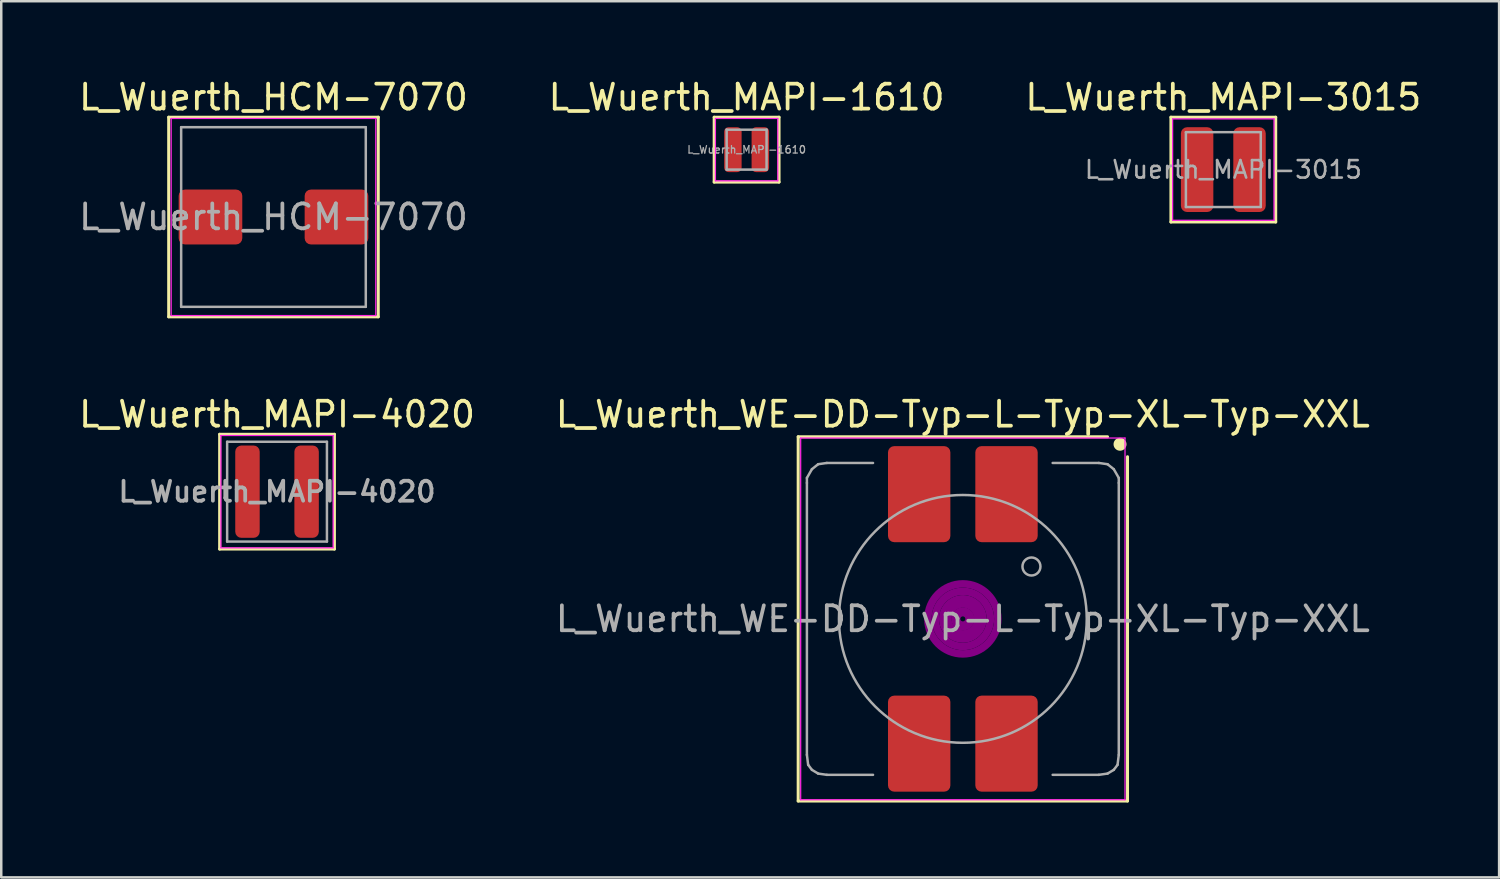
<source format=kicad_pcb>
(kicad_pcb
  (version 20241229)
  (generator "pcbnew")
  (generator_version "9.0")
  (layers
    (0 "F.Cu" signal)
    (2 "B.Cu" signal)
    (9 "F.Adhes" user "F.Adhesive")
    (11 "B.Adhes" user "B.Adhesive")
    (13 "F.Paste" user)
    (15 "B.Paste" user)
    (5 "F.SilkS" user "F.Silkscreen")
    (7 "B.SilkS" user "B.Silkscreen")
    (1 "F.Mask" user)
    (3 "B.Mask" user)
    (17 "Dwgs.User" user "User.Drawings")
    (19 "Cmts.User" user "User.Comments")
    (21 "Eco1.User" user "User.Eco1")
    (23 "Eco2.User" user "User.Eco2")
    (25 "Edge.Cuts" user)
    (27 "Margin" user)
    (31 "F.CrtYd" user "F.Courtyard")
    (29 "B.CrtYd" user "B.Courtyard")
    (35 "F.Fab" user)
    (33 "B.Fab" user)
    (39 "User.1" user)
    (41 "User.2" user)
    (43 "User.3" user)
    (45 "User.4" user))
  (footprint "L_Wuerth_MAPI-4020"
    (layer "F.Cu")
    (at 8.054 16.657)
    (property "Reference" "L_Wuerth_MAPI-4020" (at 0 -3.1 0) (layer "F.SilkS") (effects (font (size 1 1) (thickness 0.15))))
    (attr smd)
    (fp_line (start -2.3 -2.3) (end -2.3 2.3) (stroke (width 0.12) (type solid)) (layer "F.SilkS"))
    (fp_line (start -2.3 2.3) (end 2.3 2.3) (stroke (width 0.12) (type solid)) (layer "F.SilkS"))
    (fp_line (start 2.3 -2.3) (end -2.3 -2.3) (stroke (width 0.12) (type solid)) (layer "F.SilkS"))
    (fp_line (start 2.3 2.3) (end 2.3 -2.3) (stroke (width 0.12) (type solid)) (layer "F.SilkS"))
    (fp_line (start -2.25 -2.25) (end -2.25 2.25) (stroke (width 0.05) (type solid)) (layer "F.CrtYd"))
    (fp_line (start -2.25 2.25) (end 2.25 2.25) (stroke (width 0.05) (type solid)) (layer "F.CrtYd"))
    (fp_line (start 2.25 -2.25) (end -2.25 -2.25) (stroke (width 0.05) (type solid)) (layer "F.CrtYd"))
    (fp_line (start 2.25 2.25) (end 2.25 -2.25) (stroke (width 0.05) (type solid)) (layer "F.CrtYd"))
    (fp_line (start -2 -2) (end -2 2) (stroke (width 0.1) (type solid)) (layer "F.Fab"))
    (fp_line (start -2 2) (end 2 2) (stroke (width 0.1) (type solid)) (layer "F.Fab"))
    (fp_line (start 2 -2) (end -2 -2) (stroke (width 0.1) (type solid)) (layer "F.Fab"))
    (fp_line (start 2 2) (end 2 -2) (stroke (width 0.1) (type solid)) (layer "F.Fab"))
    (fp_text user "${REFERENCE}" (at 0 0 0) (layer "F.Fab") (effects (font (size 0.8 0.8) (thickness 0.15))))
    (pad "1" smd roundrect (at -1.185 0) (size 0.98 3.7) (layers "F.Cu" "F.Mask" "F.Paste") (roundrect_rratio 0.25))
    (pad "2" smd roundrect (at 1.185 0) (size 0.98 3.7) (layers "F.Cu" "F.Mask" "F.Paste") (roundrect_rratio 0.25)))
  (footprint "L_Wuerth_MAPI-1610"
    (layer "F.Cu")
    (at 26.875 2.948)
    (property "Reference" "L_Wuerth_MAPI-1610" (at 0 -2.1 0) (layer "F.SilkS") (effects (font (size 1 1) (thickness 0.15))))
    (attr smd)
    (fp_line (start -1.3 -1.3) (end -1.3 1.3) (stroke (width 0.12) (type solid)) (layer "F.SilkS"))
    (fp_line (start -1.3 1.3) (end 1.3 1.3) (stroke (width 0.12) (type solid)) (layer "F.SilkS"))
    (fp_line (start 1.3 -1.3) (end -1.3 -1.3) (stroke (width 0.12) (type solid)) (layer "F.SilkS"))
    (fp_line (start 1.3 1.3) (end 1.3 -1.3) (stroke (width 0.12) (type solid)) (layer "F.SilkS"))
    (fp_line (start -1.25 -1.25) (end -1.25 1.25) (stroke (width 0.05) (type solid)) (layer "F.CrtYd"))
    (fp_line (start -1.25 1.25) (end 1.25 1.25) (stroke (width 0.05) (type solid)) (layer "F.CrtYd"))
    (fp_line (start 1.25 -1.25) (end -1.25 -1.25) (stroke (width 0.05) (type solid)) (layer "F.CrtYd"))
    (fp_line (start 1.25 1.25) (end 1.25 -1.25) (stroke (width 0.05) (type solid)) (layer "F.CrtYd"))
    (fp_line (start -0.8 -0.8) (end -0.8 0.8) (stroke (width 0.1) (type solid)) (layer "F.Fab"))
    (fp_line (start -0.8 0.8) (end 0.8 0.8) (stroke (width 0.1) (type solid)) (layer "F.Fab"))
    (fp_line (start 0.8 -0.8) (end -0.8 -0.8) (stroke (width 0.1) (type solid)) (layer "F.Fab"))
    (fp_line (start 0.8 0.8) (end 0.8 -0.8) (stroke (width 0.1) (type solid)) (layer "F.Fab"))
    (fp_text user "${REFERENCE}" (at 0 0 0) (layer "F.Fab") (effects (font (size 0.3 0.3) (thickness 0.05))))
    (pad "1" smd roundrect (at -0.55 0) (size 0.7 1.8) (layers "F.Cu" "F.Mask" "F.Paste") (roundrect_rratio 0.25))
    (pad "2" smd roundrect (at 0.55 0) (size 0.7 1.8) (layers "F.Cu" "F.Mask" "F.Paste") (roundrect_rratio 0.25)))
  (footprint "L_Wuerth_HCM-7070"
    (layer "F.Cu")
    (at 7.911 5.648)
    (property "Reference" "L_Wuerth_HCM-7070" (at 0 -4.8 0) (layer "F.SilkS") (effects (font (size 1 1) (thickness 0.15))))
    (attr smd)
    (fp_line (start -4.2 -4) (end -4.2 4) (stroke (width 0.12) (type solid)) (layer "F.SilkS"))
    (fp_line (start -4.2 4) (end 4.2 4) (stroke (width 0.12) (type solid)) (layer "F.SilkS"))
    (fp_line (start 4.2 -4) (end -4.2 -4) (stroke (width 0.12) (type solid)) (layer "F.SilkS"))
    (fp_line (start 4.2 4) (end 4.2 -4) (stroke (width 0.12) (type solid)) (layer "F.SilkS"))
    (fp_line (start -4.1 -3.95) (end -4.1 3.95) (stroke (width 0.05) (type solid)) (layer "F.CrtYd"))
    (fp_line (start -4.1 3.95) (end 4.1 3.95) (stroke (width 0.05) (type solid)) (layer "F.CrtYd"))
    (fp_line (start 4.1 -3.95) (end -4.1 -3.95) (stroke (width 0.05) (type solid)) (layer "F.CrtYd"))
    (fp_line (start 4.1 3.95) (end 4.1 -3.95) (stroke (width 0.05) (type solid)) (layer "F.CrtYd"))
    (fp_line (start -3.7 -3.6) (end -3.7 3.6) (stroke (width 0.1) (type solid)) (layer "F.Fab"))
    (fp_line (start -3.7 3.6) (end 3.7 3.6) (stroke (width 0.1) (type solid)) (layer "F.Fab"))
    (fp_line (start 3.7 -3.6) (end -3.7 -3.6) (stroke (width 0.1) (type solid)) (layer "F.Fab"))
    (fp_line (start 3.7 3.6) (end 3.7 -3.6) (stroke (width 0.1) (type solid)) (layer "F.Fab"))
    (fp_text user "${REFERENCE}" (at 0 0 0) (layer "F.Fab") (effects (font (size 1 1) (thickness 0.15))))
    (pad "1" smd roundrect (at -2.525 0) (size 2.55 2.2) (layers "F.Cu" "F.Mask" "F.Paste") (roundrect_rratio 0.114))
    (pad "2" smd roundrect (at 2.525 0) (size 2.55 2.2) (layers "F.Cu" "F.Mask" "F.Paste") (roundrect_rratio 0.114)))
  (footprint "L_Wuerth_MAPI-3015"
    (layer "F.Cu")
    (at 45.982 3.748)
    (property "Reference" "L_Wuerth_MAPI-3015" (at 0 -2.9 0) (layer "F.SilkS") (effects (font (size 1 1) (thickness 0.15))))
    (attr smd)
    (fp_line (start -2.1 -2.1) (end -2.1 2.1) (stroke (width 0.12) (type solid)) (layer "F.SilkS"))
    (fp_line (start -2.1 2.1) (end 2.1 2.1) (stroke (width 0.12) (type solid)) (layer "F.SilkS"))
    (fp_line (start 2.1 -2.1) (end -2.1 -2.1) (stroke (width 0.12) (type solid)) (layer "F.SilkS"))
    (fp_line (start 2.1 2.1) (end 2.1 -2.1) (stroke (width 0.12) (type solid)) (layer "F.SilkS"))
    (fp_line (start -2.032 -2.032) (end -2.032 2.032) (stroke (width 0.05) (type solid)) (layer "F.CrtYd"))
    (fp_line (start -2.032 2.032) (end 2.032 2.032) (stroke (width 0.05) (type solid)) (layer "F.CrtYd"))
    (fp_line (start 2.032 -2.032) (end -2.032 -2.032) (stroke (width 0.05) (type solid)) (layer "F.CrtYd"))
    (fp_line (start 2.032 2.032) (end 2.032 -2.032) (stroke (width 0.05) (type solid)) (layer "F.CrtYd"))
    (fp_line (start -1.5 -1.5) (end -1.5 1.5) (stroke (width 0.1) (type solid)) (layer "F.Fab"))
    (fp_line (start -1.5 1.5) (end 1.5 1.5) (stroke (width 0.1) (type solid)) (layer "F.Fab"))
    (fp_line (start 1.5 -1.5) (end -1.5 -1.5) (stroke (width 0.1) (type solid)) (layer "F.Fab"))
    (fp_line (start 1.5 1.5) (end 1.5 -1.5) (stroke (width 0.1) (type solid)) (layer "F.Fab"))
    (fp_text user "${REFERENCE}" (at 0 0 0) (layer "F.Fab") (effects (font (size 0.7 0.7) (thickness 0.105))))
    (pad "1" smd roundrect (at -1.05 0) (size 1.3 3.4) (layers "F.Cu" "F.Mask" "F.Paste") (roundrect_rratio 0.192))
    (pad "2" smd roundrect (at 1.05 0) (size 1.3 3.4) (layers "F.Cu" "F.Mask" "F.Paste") (roundrect_rratio 0.192)))
  (footprint "L_Wuerth_WE-DD-Typ-L-Typ-XL-Typ-XXL"
    (layer "F.Cu")
    (at 35.542 21.756)
    (property "Reference" "L_Wuerth_WE-DD-Typ-L-Typ-XL-Typ-XXL" (at 0 -8.2 0) (layer "F.SilkS") (effects (font (size 1 1) (thickness 0.15))))
    (attr smd)
    (fp_line (start -6.6 -7.3) (end -6.6 7.3) (stroke (width 0.12) (type solid)) (layer "F.SilkS"))
    (fp_line (start -6.6 -7.3) (end 5.8 -7.3) (stroke (width 0.12) (type solid)) (layer "F.SilkS"))
    (fp_line (start -6.6 7.3) (end 6.6 7.3) (stroke (width 0.12) (type solid)) (layer "F.SilkS"))
    (fp_line (start 6.6 7.3) (end 6.6 -6.5) (stroke (width 0.12) (type solid)) (layer "F.SilkS"))
    (fp_circle (center 6.3 -7) (end 6.5 -7) (stroke (width 0.12) (type solid)) (fill yes) (layer "F.SilkS"))
    (fp_circle (center 0 0) (end 0.1 0) (stroke (width 0.3) (type solid)) (fill no) (layer "F.Adhes"))
    (fp_circle (center 0 0) (end 0.3 0.1) (stroke (width 0.3) (type solid)) (fill no) (layer "F.Adhes"))
    (fp_circle (center 0 0) (end 0.6 0) (stroke (width 0.3) (type solid)) (fill no) (layer "F.Adhes"))
    (fp_circle (center 0 0) (end 0.8 -0.1) (stroke (width 0.3) (type solid)) (fill no) (layer "F.Adhes"))
    (fp_circle (center 0 0) (end 1.1 -0.1) (stroke (width 0.3) (type solid)) (fill no) (layer "F.Adhes"))
    (fp_circle (center 0 0) (end 1.4 -0.1) (stroke (width 0.3) (type solid)) (fill no) (layer "F.Adhes"))
    (fp_line (start -6.5 -7.25) (end 6.5 -7.25) (stroke (width 0.05) (type solid)) (layer "F.CrtYd"))
    (fp_line (start -6.5 7.25) (end -6.5 -7.25) (stroke (width 0.05) (type solid)) (layer "F.CrtYd"))
    (fp_line (start 6.5 -7.25) (end 6.5 7.25) (stroke (width 0.05) (type solid)) (layer "F.CrtYd"))
    (fp_line (start 6.5 7.25) (end -6.5 7.25) (stroke (width 0.05) (type solid)) (layer "F.CrtYd"))
    (fp_line (start -6.25 -5.65) (end -6.25 -5.45) (stroke (width 0.1) (type solid)) (layer "F.Fab"))
    (fp_line (start -6.25 -5.45) (end -6.25 5.45) (stroke (width 0.1) (type solid)) (layer "F.Fab"))
    (fp_line (start -6.2 5.85) (end -6.25 5.45) (stroke (width 0.1) (type solid)) (layer "F.Fab"))
    (fp_line (start -6.05 -6) (end -6.25 -5.65) (stroke (width 0.1) (type solid)) (layer "F.Fab"))
    (fp_line (start -6.05 6.05) (end -6.2 5.85) (stroke (width 0.1) (type solid)) (layer "F.Fab"))
    (fp_line (start -5.8 -6.2) (end -6.05 -6) (stroke (width 0.1) (type solid)) (layer "F.Fab"))
    (fp_line (start -5.8 6.2) (end -6.05 6.05) (stroke (width 0.1) (type solid)) (layer "F.Fab"))
    (fp_line (start -5.45 -6.25) (end -5.8 -6.2) (stroke (width 0.1) (type solid)) (layer "F.Fab"))
    (fp_line (start -5.45 6.25) (end -5.8 6.2) (stroke (width 0.1) (type solid)) (layer "F.Fab"))
    (fp_line (start -3.6 -6.25) (end -5.45 -6.25) (stroke (width 0.1) (type solid)) (layer "F.Fab"))
    (fp_line (start -3.6 6.25) (end -5.45 6.25) (stroke (width 0.1) (type solid)) (layer "F.Fab"))
    (fp_line (start 3.6 -6.25) (end 5.45 -6.25) (stroke (width 0.1) (type solid)) (layer "F.Fab"))
    (fp_line (start 3.6 6.25) (end 5.45 6.25) (stroke (width 0.1) (type solid)) (layer "F.Fab"))
    (fp_line (start 5.45 -6.25) (end 5.8 -6.2) (stroke (width 0.1) (type solid)) (layer "F.Fab"))
    (fp_line (start 5.45 6.25) (end 5.8 6.2) (stroke (width 0.1) (type solid)) (layer "F.Fab"))
    (fp_line (start 5.8 -6.2) (end 6.05 -6) (stroke (width 0.1) (type solid)) (layer "F.Fab"))
    (fp_line (start 5.8 6.2) (end 6.05 6.05) (stroke (width 0.1) (type solid)) (layer "F.Fab"))
    (fp_line (start 6.05 -6) (end 6.25 -5.65) (stroke (width 0.1) (type solid)) (layer "F.Fab"))
    (fp_line (start 6.05 6.05) (end 6.2 5.85) (stroke (width 0.1) (type solid)) (layer "F.Fab"))
    (fp_line (start 6.2 5.85) (end 6.25 5.45) (stroke (width 0.1) (type solid)) (layer "F.Fab"))
    (fp_line (start 6.25 -5.65) (end 6.25 -5.45) (stroke (width 0.1) (type solid)) (layer "F.Fab"))
    (fp_line (start 6.25 -5.45) (end 6.25 5.45) (stroke (width 0.1) (type solid)) (layer "F.Fab"))
    (fp_circle (center 0 0) (end 2.1 4.5) (stroke (width 0.1) (type solid)) (fill no) (layer "F.Fab"))
    (fp_circle (center 2.75 -2.1) (end 3.05 -1.9) (stroke (width 0.1) (type solid)) (fill no) (layer "F.Fab"))
    (fp_text user "${REFERENCE}" (at 0 0 0) (layer "F.Fab") (effects (font (size 1 1) (thickness 0.15))))
    (pad "1" smd roundrect (at -1.75 -5) (size 2.5 3.85) (layers "F.Cu" "F.Mask" "F.Paste") (roundrect_rratio 0.1))
    (pad "2" smd roundrect (at 1.75 -5) (size 2.5 3.85) (layers "F.Cu" "F.Mask" "F.Paste") (roundrect_rratio 0.1))
    (pad "3" smd roundrect (at 1.75 5) (size 2.5 3.85) (layers "F.Cu" "F.Mask" "F.Paste") (roundrect_rratio 0.1))
    (pad "4" smd roundrect (at -1.75 5) (size 2.5 3.85) (layers "F.Cu" "F.Mask" "F.Paste") (roundrect_rratio 0.1)))
  (gr_rect
    (start -3 -3)
    (end 57.036 32.117)
    (stroke (width 0.1) (type default))
    (fill no)
    (layer "Edge.Cuts")))
</source>
